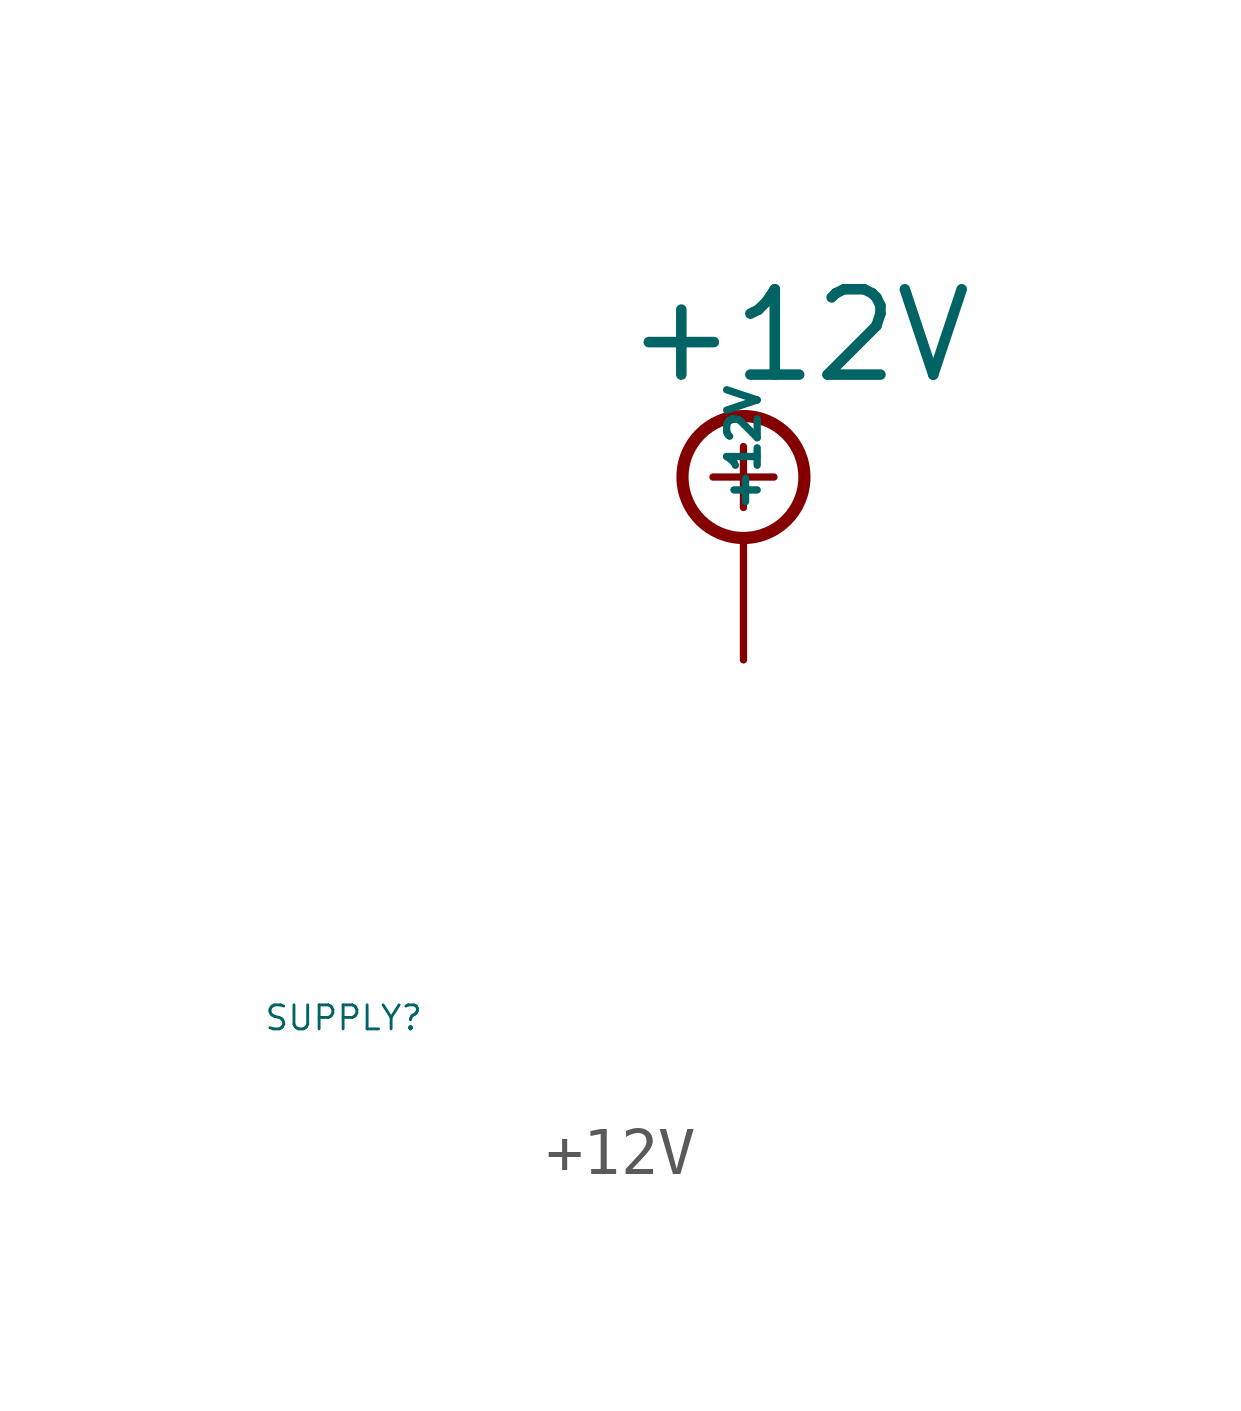
<source format=kicad_sym>
(kicad_symbol_lib
  (version 20220914)
  (generator Eagle2Kicad)
  (symbol "+12V"
    (property "Reference" "SUPPLY"
      (at -10 -10 0)
      (effects (font (size 0.5 0.5) (thickness 0.06)) (justify left)))
    (property "Value" "+12V"
      (at -2.54 3.175 0)
      (effects (font (size 1.778 1.778) (thickness 0.22)) (justify left bottom)))
    (polyline
      (pts (xy 0 1.905) (xy 0 0.635))
      (stroke (width 0.152) (type default))
      (fill (type none)))
    (polyline
      (pts (xy -0.635 1.27) (xy 0.635 1.27))
      (stroke (width 0.152) (type default))
      (fill (type none)))
    (circle
      (center 0 1.27)
      (radius 1.27)
      (stroke (width 0.254) (type default))
      (fill (type none)))
    (pin unspecified line
      (at 0 -2.54 90)
      (length 2.54)
      (name "+12V" (effects (font (size 0.635 0.635) (thickness 0.08)) (justify left bottom)))
      (number "" (effects (font (size 0.635 0.635) (thickness 0.08)) (justify left bottom))))))
</source>
